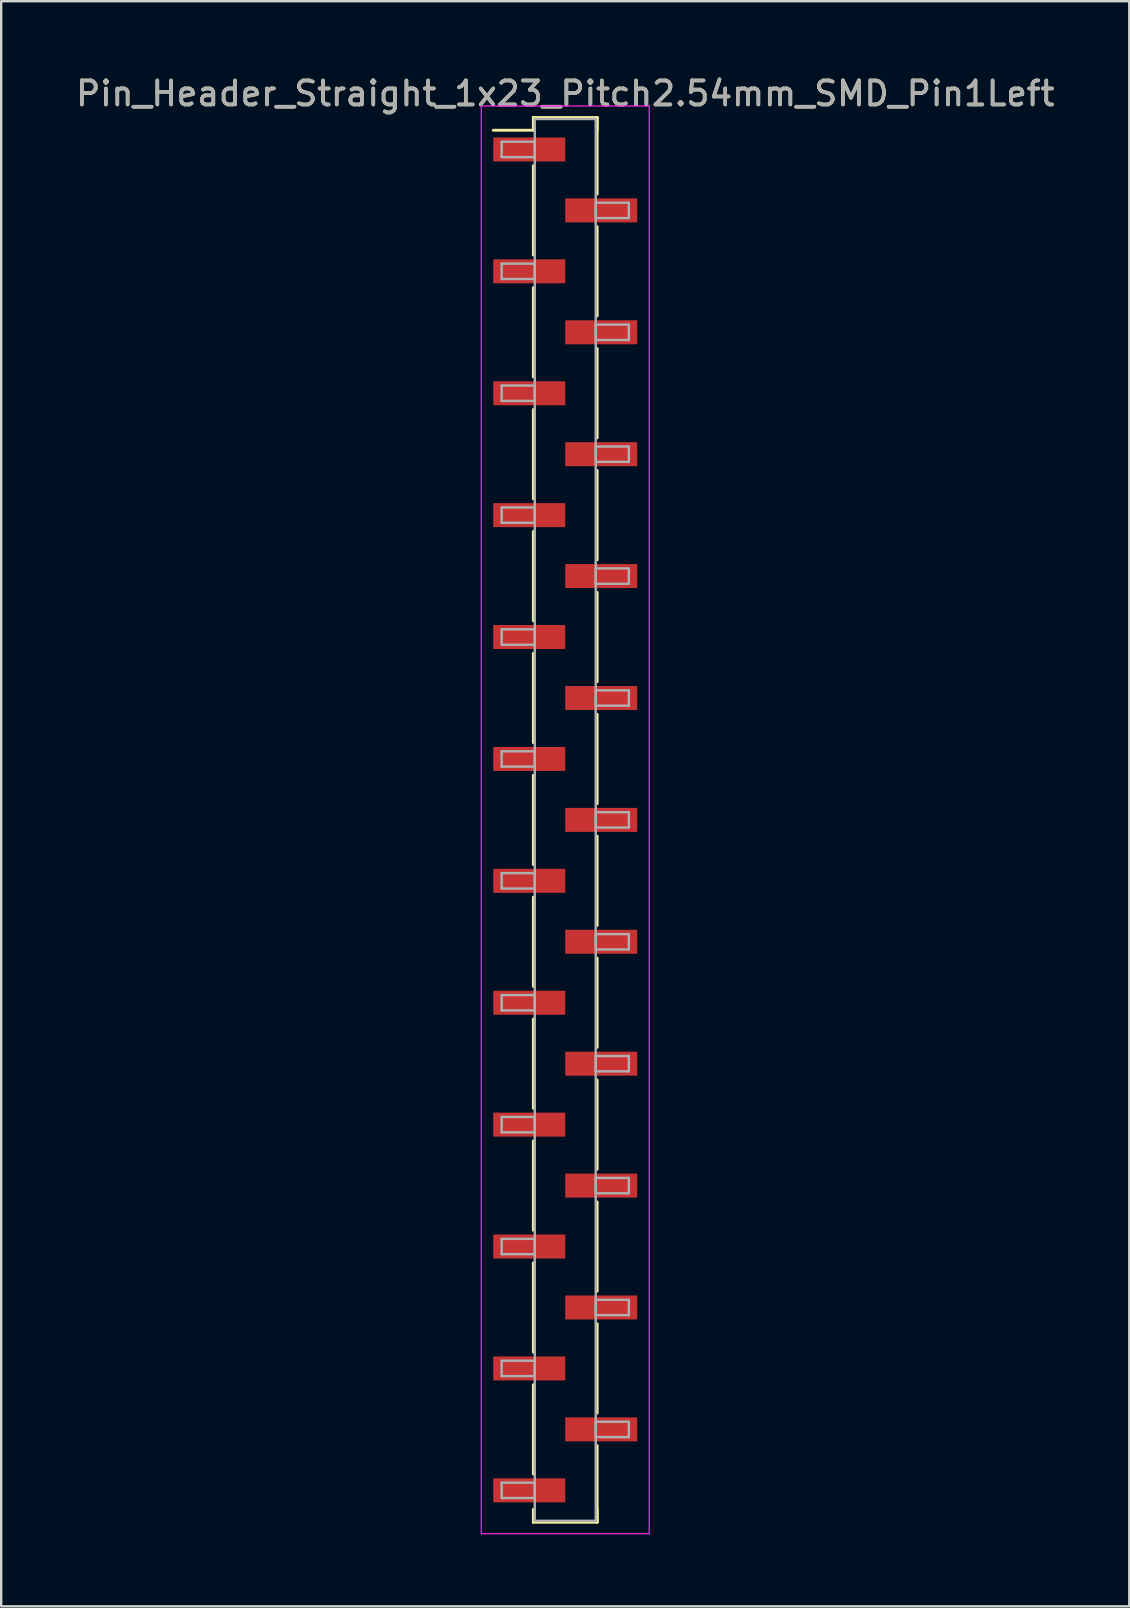
<source format=kicad_pcb>
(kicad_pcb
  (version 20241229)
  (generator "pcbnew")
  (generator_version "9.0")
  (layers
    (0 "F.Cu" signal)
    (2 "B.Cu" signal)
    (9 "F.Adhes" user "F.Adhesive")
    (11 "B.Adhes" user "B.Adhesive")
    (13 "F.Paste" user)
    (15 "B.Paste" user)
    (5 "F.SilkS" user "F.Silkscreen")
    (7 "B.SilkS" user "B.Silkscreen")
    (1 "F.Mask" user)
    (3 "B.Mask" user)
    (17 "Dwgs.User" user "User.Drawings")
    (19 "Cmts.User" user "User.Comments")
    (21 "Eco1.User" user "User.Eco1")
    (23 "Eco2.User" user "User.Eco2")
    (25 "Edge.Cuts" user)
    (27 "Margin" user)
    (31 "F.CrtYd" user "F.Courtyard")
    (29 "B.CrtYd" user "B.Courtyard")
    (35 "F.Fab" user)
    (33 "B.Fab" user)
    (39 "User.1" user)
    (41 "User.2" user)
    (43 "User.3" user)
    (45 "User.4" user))
  (footprint "Pin_Header_Straight_1x23_Pitch2.54mm_SMD_Pin1Left"
    (layer "F.Cu")
    (at 20.506 31.118)
    (property "Reference" "Pin_Header_Straight_1x23_Pitch2.54mm_SMD_Pin1Left" (at 0 -30.27 0) (layer "F.SilkS") (effects (font (size 1 1) (thickness 0.15))))
    (attr smd)
    (fp_line (start -1.33 -29.27) (end 1.33 -29.27) (stroke (width 0.12) (type solid)) (layer "F.SilkS"))
    (fp_line (start -1.33 -28.74) (end -3 -28.74) (stroke (width 0.12) (type solid)) (layer "F.SilkS"))
    (fp_line (start -1.33 -28.74) (end -1.33 -29.27) (stroke (width 0.12) (type solid)) (layer "F.SilkS"))
    (fp_line (start -1.33 -27.26) (end -1.33 -23.54) (stroke (width 0.12) (type solid)) (layer "F.SilkS"))
    (fp_line (start -1.33 -22.18) (end -1.33 -18.46) (stroke (width 0.12) (type solid)) (layer "F.SilkS"))
    (fp_line (start -1.33 -17.1) (end -1.33 -13.38) (stroke (width 0.12) (type solid)) (layer "F.SilkS"))
    (fp_line (start -1.33 -12.02) (end -1.33 -8.3) (stroke (width 0.12) (type solid)) (layer "F.SilkS"))
    (fp_line (start -1.33 -6.94) (end -1.33 -3.22) (stroke (width 0.12) (type solid)) (layer "F.SilkS"))
    (fp_line (start -1.33 -1.86) (end -1.33 1.86) (stroke (width 0.12) (type solid)) (layer "F.SilkS"))
    (fp_line (start -1.33 3.22) (end -1.33 6.94) (stroke (width 0.12) (type solid)) (layer "F.SilkS"))
    (fp_line (start -1.33 8.3) (end -1.33 12.02) (stroke (width 0.12) (type solid)) (layer "F.SilkS"))
    (fp_line (start -1.33 13.38) (end -1.33 17.1) (stroke (width 0.12) (type solid)) (layer "F.SilkS"))
    (fp_line (start -1.33 18.46) (end -1.33 22.18) (stroke (width 0.12) (type solid)) (layer "F.SilkS"))
    (fp_line (start -1.33 23.54) (end -1.33 27.26) (stroke (width 0.12) (type solid)) (layer "F.SilkS"))
    (fp_line (start -1.33 28.74) (end -1.33 29.27) (stroke (width 0.12) (type solid)) (layer "F.SilkS"))
    (fp_line (start -1.33 29.27) (end 1.33 29.27) (stroke (width 0.12) (type solid)) (layer "F.SilkS"))
    (fp_line (start 1.33 -29.27) (end 1.33 -28.74) (stroke (width 0.12) (type solid)) (layer "F.SilkS"))
    (fp_line (start 1.33 -29.27) (end 1.33 -26.08) (stroke (width 0.12) (type solid)) (layer "F.SilkS"))
    (fp_line (start 1.33 -24.72) (end 1.33 -21) (stroke (width 0.12) (type solid)) (layer "F.SilkS"))
    (fp_line (start 1.33 -19.64) (end 1.33 -15.92) (stroke (width 0.12) (type solid)) (layer "F.SilkS"))
    (fp_line (start 1.33 -14.56) (end 1.33 -10.84) (stroke (width 0.12) (type solid)) (layer "F.SilkS"))
    (fp_line (start 1.33 -9.48) (end 1.33 -5.76) (stroke (width 0.12) (type solid)) (layer "F.SilkS"))
    (fp_line (start 1.33 -4.4) (end 1.33 -0.68) (stroke (width 0.12) (type solid)) (layer "F.SilkS"))
    (fp_line (start 1.33 0.68) (end 1.33 4.4) (stroke (width 0.12) (type solid)) (layer "F.SilkS"))
    (fp_line (start 1.33 5.76) (end 1.33 9.48) (stroke (width 0.12) (type solid)) (layer "F.SilkS"))
    (fp_line (start 1.33 10.84) (end 1.33 14.56) (stroke (width 0.12) (type solid)) (layer "F.SilkS"))
    (fp_line (start 1.33 15.92) (end 1.33 19.64) (stroke (width 0.12) (type solid)) (layer "F.SilkS"))
    (fp_line (start 1.33 21) (end 1.33 24.72) (stroke (width 0.12) (type solid)) (layer "F.SilkS"))
    (fp_line (start 1.33 26.08) (end 1.33 29.27) (stroke (width 0.12) (type solid)) (layer "F.SilkS"))
    (fp_line (start 1.33 29.27) (end 1.33 28.74) (stroke (width 0.12) (type solid)) (layer "F.SilkS"))
    (fp_line (start -3.5 -29.75) (end -3.5 29.75) (stroke (width 0.05) (type solid)) (layer "F.CrtYd"))
    (fp_line (start -3.5 29.75) (end 3.5 29.75) (stroke (width 0.05) (type solid)) (layer "F.CrtYd"))
    (fp_line (start 3.5 -29.75) (end -3.5 -29.75) (stroke (width 0.05) (type solid)) (layer "F.CrtYd"))
    (fp_line (start 3.5 29.75) (end 3.5 -29.75) (stroke (width 0.05) (type solid)) (layer "F.CrtYd"))
    (fp_line (start -2.65 -28.26) (end -1.27 -28.26) (stroke (width 0.1) (type solid)) (layer "F.Fab"))
    (fp_line (start -2.65 -27.62) (end -2.65 -28.26) (stroke (width 0.1) (type solid)) (layer "F.Fab"))
    (fp_line (start -2.65 -23.18) (end -1.27 -23.18) (stroke (width 0.1) (type solid)) (layer "F.Fab"))
    (fp_line (start -2.65 -22.54) (end -2.65 -23.18) (stroke (width 0.1) (type solid)) (layer "F.Fab"))
    (fp_line (start -2.65 -18.1) (end -1.27 -18.1) (stroke (width 0.1) (type solid)) (layer "F.Fab"))
    (fp_line (start -2.65 -17.46) (end -2.65 -18.1) (stroke (width 0.1) (type solid)) (layer "F.Fab"))
    (fp_line (start -2.65 -13.02) (end -1.27 -13.02) (stroke (width 0.1) (type solid)) (layer "F.Fab"))
    (fp_line (start -2.65 -12.38) (end -2.65 -13.02) (stroke (width 0.1) (type solid)) (layer "F.Fab"))
    (fp_line (start -2.65 -7.94) (end -1.27 -7.94) (stroke (width 0.1) (type solid)) (layer "F.Fab"))
    (fp_line (start -2.65 -7.3) (end -2.65 -7.94) (stroke (width 0.1) (type solid)) (layer "F.Fab"))
    (fp_line (start -2.65 -2.86) (end -1.27 -2.86) (stroke (width 0.1) (type solid)) (layer "F.Fab"))
    (fp_line (start -2.65 -2.22) (end -2.65 -2.86) (stroke (width 0.1) (type solid)) (layer "F.Fab"))
    (fp_line (start -2.65 2.22) (end -1.27 2.22) (stroke (width 0.1) (type solid)) (layer "F.Fab"))
    (fp_line (start -2.65 2.86) (end -2.65 2.22) (stroke (width 0.1) (type solid)) (layer "F.Fab"))
    (fp_line (start -2.65 7.3) (end -1.27 7.3) (stroke (width 0.1) (type solid)) (layer "F.Fab"))
    (fp_line (start -2.65 7.94) (end -2.65 7.3) (stroke (width 0.1) (type solid)) (layer "F.Fab"))
    (fp_line (start -2.65 12.38) (end -1.27 12.38) (stroke (width 0.1) (type solid)) (layer "F.Fab"))
    (fp_line (start -2.65 13.02) (end -2.65 12.38) (stroke (width 0.1) (type solid)) (layer "F.Fab"))
    (fp_line (start -2.65 17.46) (end -1.27 17.46) (stroke (width 0.1) (type solid)) (layer "F.Fab"))
    (fp_line (start -2.65 18.1) (end -2.65 17.46) (stroke (width 0.1) (type solid)) (layer "F.Fab"))
    (fp_line (start -2.65 22.54) (end -1.27 22.54) (stroke (width 0.1) (type solid)) (layer "F.Fab"))
    (fp_line (start -2.65 23.18) (end -2.65 22.54) (stroke (width 0.1) (type solid)) (layer "F.Fab"))
    (fp_line (start -2.65 27.62) (end -1.27 27.62) (stroke (width 0.1) (type solid)) (layer "F.Fab"))
    (fp_line (start -2.65 28.26) (end -2.65 27.62) (stroke (width 0.1) (type solid)) (layer "F.Fab"))
    (fp_line (start -1.27 -29.21) (end -1.27 29.21) (stroke (width 0.1) (type solid)) (layer "F.Fab"))
    (fp_line (start -1.27 -28.26) (end -1.27 -27.62) (stroke (width 0.1) (type solid)) (layer "F.Fab"))
    (fp_line (start -1.27 -27.62) (end -2.65 -27.62) (stroke (width 0.1) (type solid)) (layer "F.Fab"))
    (fp_line (start -1.27 -23.18) (end -1.27 -22.54) (stroke (width 0.1) (type solid)) (layer "F.Fab"))
    (fp_line (start -1.27 -22.54) (end -2.65 -22.54) (stroke (width 0.1) (type solid)) (layer "F.Fab"))
    (fp_line (start -1.27 -18.1) (end -1.27 -17.46) (stroke (width 0.1) (type solid)) (layer "F.Fab"))
    (fp_line (start -1.27 -17.46) (end -2.65 -17.46) (stroke (width 0.1) (type solid)) (layer "F.Fab"))
    (fp_line (start -1.27 -13.02) (end -1.27 -12.38) (stroke (width 0.1) (type solid)) (layer "F.Fab"))
    (fp_line (start -1.27 -12.38) (end -2.65 -12.38) (stroke (width 0.1) (type solid)) (layer "F.Fab"))
    (fp_line (start -1.27 -7.94) (end -1.27 -7.3) (stroke (width 0.1) (type solid)) (layer "F.Fab"))
    (fp_line (start -1.27 -7.3) (end -2.65 -7.3) (stroke (width 0.1) (type solid)) (layer "F.Fab"))
    (fp_line (start -1.27 -2.86) (end -1.27 -2.22) (stroke (width 0.1) (type solid)) (layer "F.Fab"))
    (fp_line (start -1.27 -2.22) (end -2.65 -2.22) (stroke (width 0.1) (type solid)) (layer "F.Fab"))
    (fp_line (start -1.27 2.22) (end -1.27 2.86) (stroke (width 0.1) (type solid)) (layer "F.Fab"))
    (fp_line (start -1.27 2.86) (end -2.65 2.86) (stroke (width 0.1) (type solid)) (layer "F.Fab"))
    (fp_line (start -1.27 7.3) (end -1.27 7.94) (stroke (width 0.1) (type solid)) (layer "F.Fab"))
    (fp_line (start -1.27 7.94) (end -2.65 7.94) (stroke (width 0.1) (type solid)) (layer "F.Fab"))
    (fp_line (start -1.27 12.38) (end -1.27 13.02) (stroke (width 0.1) (type solid)) (layer "F.Fab"))
    (fp_line (start -1.27 13.02) (end -2.65 13.02) (stroke (width 0.1) (type solid)) (layer "F.Fab"))
    (fp_line (start -1.27 17.46) (end -1.27 18.1) (stroke (width 0.1) (type solid)) (layer "F.Fab"))
    (fp_line (start -1.27 18.1) (end -2.65 18.1) (stroke (width 0.1) (type solid)) (layer "F.Fab"))
    (fp_line (start -1.27 22.54) (end -1.27 23.18) (stroke (width 0.1) (type solid)) (layer "F.Fab"))
    (fp_line (start -1.27 23.18) (end -2.65 23.18) (stroke (width 0.1) (type solid)) (layer "F.Fab"))
    (fp_line (start -1.27 27.62) (end -1.27 28.26) (stroke (width 0.1) (type solid)) (layer "F.Fab"))
    (fp_line (start -1.27 28.26) (end -2.65 28.26) (stroke (width 0.1) (type solid)) (layer "F.Fab"))
    (fp_line (start -1.27 29.21) (end 1.27 29.21) (stroke (width 0.1) (type solid)) (layer "F.Fab"))
    (fp_line (start 1.27 -29.21) (end -1.27 -29.21) (stroke (width 0.1) (type solid)) (layer "F.Fab"))
    (fp_line (start 1.27 -25.72) (end 1.27 -25.08) (stroke (width 0.1) (type solid)) (layer "F.Fab"))
    (fp_line (start 1.27 -25.08) (end 2.65 -25.08) (stroke (width 0.1) (type solid)) (layer "F.Fab"))
    (fp_line (start 1.27 -20.64) (end 1.27 -20) (stroke (width 0.1) (type solid)) (layer "F.Fab"))
    (fp_line (start 1.27 -20) (end 2.65 -20) (stroke (width 0.1) (type solid)) (layer "F.Fab"))
    (fp_line (start 1.27 -15.56) (end 1.27 -14.92) (stroke (width 0.1) (type solid)) (layer "F.Fab"))
    (fp_line (start 1.27 -14.92) (end 2.65 -14.92) (stroke (width 0.1) (type solid)) (layer "F.Fab"))
    (fp_line (start 1.27 -10.48) (end 1.27 -9.84) (stroke (width 0.1) (type solid)) (layer "F.Fab"))
    (fp_line (start 1.27 -9.84) (end 2.65 -9.84) (stroke (width 0.1) (type solid)) (layer "F.Fab"))
    (fp_line (start 1.27 -5.4) (end 1.27 -4.76) (stroke (width 0.1) (type solid)) (layer "F.Fab"))
    (fp_line (start 1.27 -4.76) (end 2.65 -4.76) (stroke (width 0.1) (type solid)) (layer "F.Fab"))
    (fp_line (start 1.27 -0.32) (end 1.27 0.32) (stroke (width 0.1) (type solid)) (layer "F.Fab"))
    (fp_line (start 1.27 0.32) (end 2.65 0.32) (stroke (width 0.1) (type solid)) (layer "F.Fab"))
    (fp_line (start 1.27 4.76) (end 1.27 5.4) (stroke (width 0.1) (type solid)) (layer "F.Fab"))
    (fp_line (start 1.27 5.4) (end 2.65 5.4) (stroke (width 0.1) (type solid)) (layer "F.Fab"))
    (fp_line (start 1.27 9.84) (end 1.27 10.48) (stroke (width 0.1) (type solid)) (layer "F.Fab"))
    (fp_line (start 1.27 10.48) (end 2.65 10.48) (stroke (width 0.1) (type solid)) (layer "F.Fab"))
    (fp_line (start 1.27 14.92) (end 1.27 15.56) (stroke (width 0.1) (type solid)) (layer "F.Fab"))
    (fp_line (start 1.27 15.56) (end 2.65 15.56) (stroke (width 0.1) (type solid)) (layer "F.Fab"))
    (fp_line (start 1.27 20) (end 1.27 20.64) (stroke (width 0.1) (type solid)) (layer "F.Fab"))
    (fp_line (start 1.27 20.64) (end 2.65 20.64) (stroke (width 0.1) (type solid)) (layer "F.Fab"))
    (fp_line (start 1.27 25.08) (end 1.27 25.72) (stroke (width 0.1) (type solid)) (layer "F.Fab"))
    (fp_line (start 1.27 25.72) (end 2.65 25.72) (stroke (width 0.1) (type solid)) (layer "F.Fab"))
    (fp_line (start 1.27 29.21) (end 1.27 -29.21) (stroke (width 0.1) (type solid)) (layer "F.Fab"))
    (fp_line (start 2.65 -25.72) (end 1.27 -25.72) (stroke (width 0.1) (type solid)) (layer "F.Fab"))
    (fp_line (start 2.65 -25.08) (end 2.65 -25.72) (stroke (width 0.1) (type solid)) (layer "F.Fab"))
    (fp_line (start 2.65 -20.64) (end 1.27 -20.64) (stroke (width 0.1) (type solid)) (layer "F.Fab"))
    (fp_line (start 2.65 -20) (end 2.65 -20.64) (stroke (width 0.1) (type solid)) (layer "F.Fab"))
    (fp_line (start 2.65 -15.56) (end 1.27 -15.56) (stroke (width 0.1) (type solid)) (layer "F.Fab"))
    (fp_line (start 2.65 -14.92) (end 2.65 -15.56) (stroke (width 0.1) (type solid)) (layer "F.Fab"))
    (fp_line (start 2.65 -10.48) (end 1.27 -10.48) (stroke (width 0.1) (type solid)) (layer "F.Fab"))
    (fp_line (start 2.65 -9.84) (end 2.65 -10.48) (stroke (width 0.1) (type solid)) (layer "F.Fab"))
    (fp_line (start 2.65 -5.4) (end 1.27 -5.4) (stroke (width 0.1) (type solid)) (layer "F.Fab"))
    (fp_line (start 2.65 -4.76) (end 2.65 -5.4) (stroke (width 0.1) (type solid)) (layer "F.Fab"))
    (fp_line (start 2.65 -0.32) (end 1.27 -0.32) (stroke (width 0.1) (type solid)) (layer "F.Fab"))
    (fp_line (start 2.65 0.32) (end 2.65 -0.32) (stroke (width 0.1) (type solid)) (layer "F.Fab"))
    (fp_line (start 2.65 4.76) (end 1.27 4.76) (stroke (width 0.1) (type solid)) (layer "F.Fab"))
    (fp_line (start 2.65 5.4) (end 2.65 4.76) (stroke (width 0.1) (type solid)) (layer "F.Fab"))
    (fp_line (start 2.65 9.84) (end 1.27 9.84) (stroke (width 0.1) (type solid)) (layer "F.Fab"))
    (fp_line (start 2.65 10.48) (end 2.65 9.84) (stroke (width 0.1) (type solid)) (layer "F.Fab"))
    (fp_line (start 2.65 14.92) (end 1.27 14.92) (stroke (width 0.1) (type solid)) (layer "F.Fab"))
    (fp_line (start 2.65 15.56) (end 2.65 14.92) (stroke (width 0.1) (type solid)) (layer "F.Fab"))
    (fp_line (start 2.65 20) (end 1.27 20) (stroke (width 0.1) (type solid)) (layer "F.Fab"))
    (fp_line (start 2.65 20.64) (end 2.65 20) (stroke (width 0.1) (type solid)) (layer "F.Fab"))
    (fp_line (start 2.65 25.08) (end 1.27 25.08) (stroke (width 0.1) (type solid)) (layer "F.Fab"))
    (fp_line (start 2.65 25.72) (end 2.65 25.08) (stroke (width 0.1) (type solid)) (layer "F.Fab"))
    (fp_text user "${REFERENCE}" (at 0 -30.27 0) (layer "F.Fab") (effects (font (size 1 1) (thickness 0.15))))
    (pad "1" smd rect (at -1.5 -27.94) (size 3 1) (layers "F.Cu" "F.Mask" "F.Paste"))
    (pad "2" smd rect (at 1.5 -25.4) (size 3 1) (layers "F.Cu" "F.Mask" "F.Paste"))
    (pad "3" smd rect (at -1.5 -22.86) (size 3 1) (layers "F.Cu" "F.Mask" "F.Paste"))
    (pad "4" smd rect (at 1.5 -20.32) (size 3 1) (layers "F.Cu" "F.Mask" "F.Paste"))
    (pad "5" smd rect (at -1.5 -17.78) (size 3 1) (layers "F.Cu" "F.Mask" "F.Paste"))
    (pad "6" smd rect (at 1.5 -15.24) (size 3 1) (layers "F.Cu" "F.Mask" "F.Paste"))
    (pad "7" smd rect (at -1.5 -12.7) (size 3 1) (layers "F.Cu" "F.Mask" "F.Paste"))
    (pad "8" smd rect (at 1.5 -10.16) (size 3 1) (layers "F.Cu" "F.Mask" "F.Paste"))
    (pad "9" smd rect (at -1.5 -7.62) (size 3 1) (layers "F.Cu" "F.Mask" "F.Paste"))
    (pad "10" smd rect (at 1.5 -5.08) (size 3 1) (layers "F.Cu" "F.Mask" "F.Paste"))
    (pad "11" smd rect (at -1.5 -2.54) (size 3 1) (layers "F.Cu" "F.Mask" "F.Paste"))
    (pad "12" smd rect (at 1.5 0) (size 3 1) (layers "F.Cu" "F.Mask" "F.Paste"))
    (pad "13" smd rect (at -1.5 2.54) (size 3 1) (layers "F.Cu" "F.Mask" "F.Paste"))
    (pad "14" smd rect (at 1.5 5.08) (size 3 1) (layers "F.Cu" "F.Mask" "F.Paste"))
    (pad "15" smd rect (at -1.5 7.62) (size 3 1) (layers "F.Cu" "F.Mask" "F.Paste"))
    (pad "16" smd rect (at 1.5 10.16) (size 3 1) (layers "F.Cu" "F.Mask" "F.Paste"))
    (pad "17" smd rect (at -1.5 12.7) (size 3 1) (layers "F.Cu" "F.Mask" "F.Paste"))
    (pad "18" smd rect (at 1.5 15.24) (size 3 1) (layers "F.Cu" "F.Mask" "F.Paste"))
    (pad "19" smd rect (at -1.5 17.78) (size 3 1) (layers "F.Cu" "F.Mask" "F.Paste"))
    (pad "20" smd rect (at 1.5 20.32) (size 3 1) (layers "F.Cu" "F.Mask" "F.Paste"))
    (pad "21" smd rect (at -1.5 22.86) (size 3 1) (layers "F.Cu" "F.Mask" "F.Paste"))
    (pad "22" smd rect (at 1.5 25.4) (size 3 1) (layers "F.Cu" "F.Mask" "F.Paste"))
    (pad "23" smd rect (at -1.5 27.94) (size 3 1) (layers "F.Cu" "F.Mask" "F.Paste")))
  (gr_rect
    (start -3 -3)
    (end 44.012 63.893)
    (stroke (width 0.1) (type default))
    (fill no)
    (layer "Edge.Cuts")))
</source>
